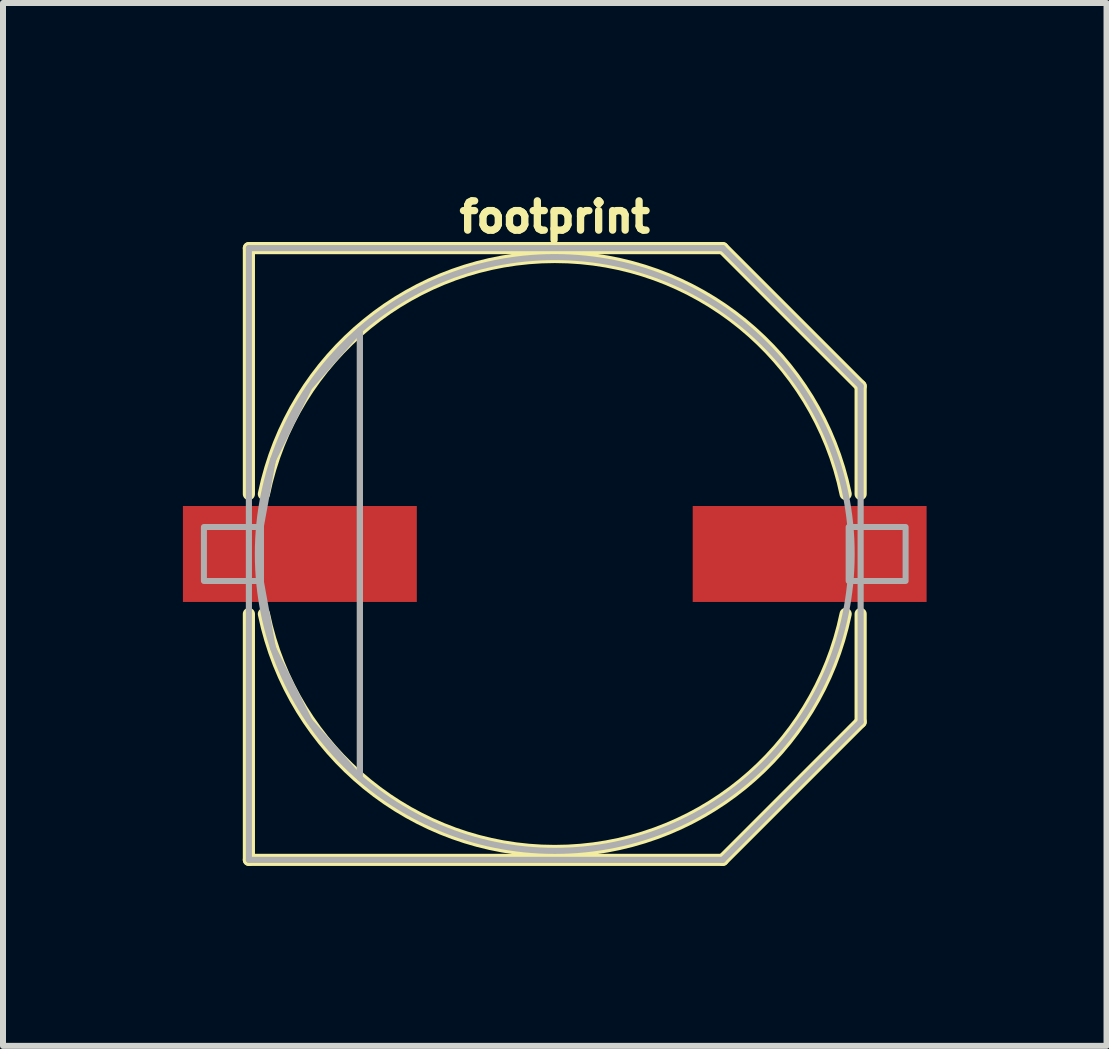
<source format=kicad_pcb>
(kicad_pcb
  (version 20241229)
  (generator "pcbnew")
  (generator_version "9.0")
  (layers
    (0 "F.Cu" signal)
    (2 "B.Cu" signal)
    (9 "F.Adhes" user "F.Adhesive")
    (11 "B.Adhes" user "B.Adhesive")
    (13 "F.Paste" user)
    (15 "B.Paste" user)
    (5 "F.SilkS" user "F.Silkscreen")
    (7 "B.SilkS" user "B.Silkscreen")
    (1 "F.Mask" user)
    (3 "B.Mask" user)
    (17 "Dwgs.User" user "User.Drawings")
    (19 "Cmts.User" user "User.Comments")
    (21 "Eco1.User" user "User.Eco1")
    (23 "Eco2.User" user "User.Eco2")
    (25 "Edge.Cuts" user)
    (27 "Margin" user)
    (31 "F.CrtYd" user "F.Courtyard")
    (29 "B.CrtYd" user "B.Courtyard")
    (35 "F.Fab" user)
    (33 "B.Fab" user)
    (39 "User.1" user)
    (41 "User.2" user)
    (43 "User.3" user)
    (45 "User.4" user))
  (footprint "footprint"
    (layer "F.Cu")
    (at 6.2 6.187)
    (property "Reference" "footprint" (at 0 -5.334 0) (layer "F.SilkS") (effects (font (size 0.488 0.488) (thickness 0.122)) (justify bottom)))
    (fp_line (start -5.1 -5.1) (end 2.8 -5.1) (stroke (width 0.203) (type solid)) (layer "F.SilkS"))
    (fp_line (start -5.1 -1) (end -5.1 -5.1) (stroke (width 0.203) (type solid)) (layer "F.SilkS"))
    (fp_line (start -5.1 5.1) (end -5.1 1) (stroke (width 0.203) (type solid)) (layer "F.SilkS"))
    (fp_line (start 2.8 -5.1) (end 5.1 -2.8) (stroke (width 0.203) (type solid)) (layer "F.SilkS"))
    (fp_line (start 2.8 5.1) (end -5.1 5.1) (stroke (width 0.203) (type solid)) (layer "F.SilkS"))
    (fp_line (start 5.1 -2.8) (end 5.1 -1) (stroke (width 0.203) (type solid)) (layer "F.SilkS"))
    (fp_line (start 5.1 1) (end 5.1 2.8) (stroke (width 0.203) (type solid)) (layer "F.SilkS"))
    (fp_line (start 5.1 2.8) (end 2.8 5.1) (stroke (width 0.203) (type solid)) (layer "F.SilkS"))
    (fp_arc (start -4.85 -1) (mid 0 -4.95202) (end 4.85 -1) (stroke (width 0.2032) (type solid)) (layer "F.SilkS"))
    (fp_arc (start 4.85 1) (mid 0 4.95202) (end -4.85 1) (stroke (width 0.2032) (type solid)) (layer "F.SilkS"))
    (fp_line (start -5.1 -5.1) (end 2.8 -5.1) (stroke (width 0.102) (type solid)) (layer "F.Fab"))
    (fp_line (start -5.1 5.1) (end -5.1 -5.1) (stroke (width 0.102) (type solid)) (layer "F.Fab"))
    (fp_line (start -3.25 -3.7) (end -3.25 3.65) (stroke (width 0.102) (type solid)) (layer "F.Fab"))
    (fp_line (start 2.8 -5.1) (end 5.1 -2.8) (stroke (width 0.102) (type solid)) (layer "F.Fab"))
    (fp_line (start 2.8 5.1) (end -5.1 5.1) (stroke (width 0.102) (type solid)) (layer "F.Fab"))
    (fp_line (start 5.1 -2.8) (end 5.1 2.8) (stroke (width 0.102) (type solid)) (layer "F.Fab"))
    (fp_line (start 5.1 2.8) (end 2.8 5.1) (stroke (width 0.102) (type solid)) (layer "F.Fab"))
    (fp_circle (center 0 0) (end 4.95 0) (stroke (width 0.102) (type solid)) (fill no) (layer "F.Fab"))
    (fp_poly (pts (xy -5.85 0.45) (xy -4.9 0.45) (xy -4.9 -0.45) (xy -5.85 -0.45)) (stroke (width 0.1) (type solid)) (fill no) (layer "F.Fab"))
    (fp_poly (pts (xy 4.9 0.45) (xy 5.85 0.45) (xy 5.85 -0.45) (xy 4.9 -0.45)) (stroke (width 0.1) (type solid)) (fill no) (layer "F.Fab"))
    (fp_poly (pts (xy -3.249 3.734) (xy -4.092 2.779) (xy -4.699 1.566) (xy -4.901 0.455) (xy -4.901 -0.455) (xy -4.699 -1.566) (xy -4.092 -2.779) (xy -3.249 -3.734)) (stroke (width 0.1) (type solid)) (fill no) (layer "F.Fab"))
    (pad "+" smd rect (at 4.25 0) (size 3.9 1.6) (layers "F.Cu" "F.Mask" "F.Paste"))
    (pad "-" smd rect (at -4.25 0) (size 3.9 1.6) (layers "F.Cu" "F.Mask" "F.Paste")))
  (gr_rect
    (start -3 -3)
    (end 15.4 14.389)
    (stroke (width 0.1) (type default))
    (fill no)
    (layer "Edge.Cuts")))
</source>
